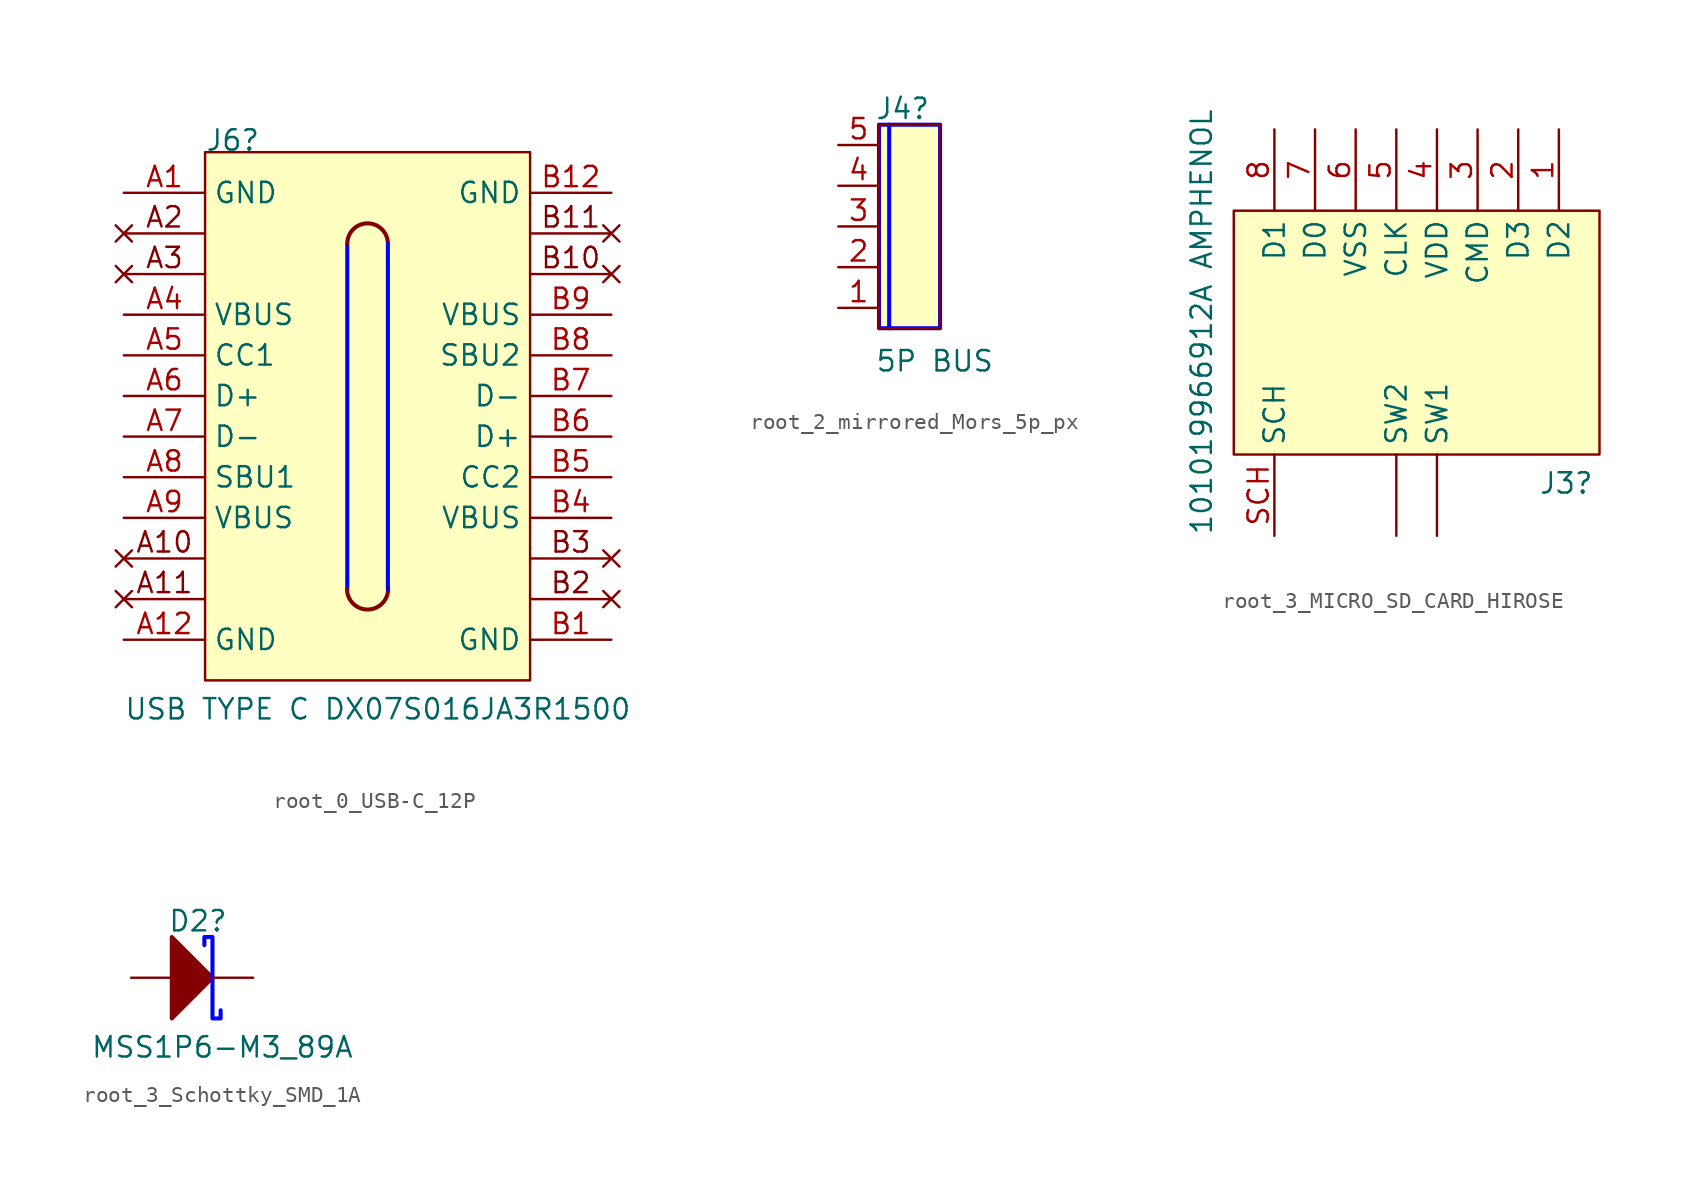
<source format=kicad_sym>
(kicad_symbol_lib
  (version 20220914)
  (generator kicad_symbol_editor)
  (symbol "root_0_USB-C_12P"
    (property "Reference" "J6"
      (at 0 0 0)
      (effects (font (size 1.27 1.27)) (justify left bottom)))
    (property "Value" "USB TYPE C DX07S016JA3R1500"
      (at -5.08 -35.56 0)
      (effects (font (size 1.27 1.27)) (justify left bottom)))
    (symbol "root_0_USB-C_12P_1_0"
      (polyline (pts (xy 8.89 -27.305) (xy 8.89 -5.715)) (stroke (width 0.254) (type solid) (color 0 0 255 1)) (fill (type none)))
      (polyline (pts (xy 11.43 -5.715) (xy 11.43 -27.305)) (stroke (width 0.254) (type solid) (color 0 0 255 1)) (fill (type none)))
      (rectangle (start 0 0) (end 20.32 -33.02) (stroke (width 0) (type solid)) (fill (type background)))
      (arc (start 8.874 -27.3126) (mid 10.1474 -28.591) (end 11.4456 -27.3378) (stroke (width 0.254) (type solid)) (fill (type none)))
      (arc (start 11.4285 -5.6785) (mid 10.1517 -4.446) (end 8.8912 -5.6951) (stroke (width 0.254) (type solid)) (fill (type none)))
      (pin passive line (at -5.08 -2.54 0) (length 5.08) (name "GND" (effects (font (size 1.27 1.27)))) (number "A1" (effects (font (size 1.27 1.27)))))
      (pin passive line (at -5.08 -30.48 0) (length 5.08) (name "GND" (effects (font (size 1.27 1.27)))) (number "A12" (effects (font (size 1.27 1.27)))))
      (pin passive line (at -5.08 -10.16 0) (length 5.08) (name "VBUS" (effects (font (size 1.27 1.27)))) (number "A4" (effects (font (size 1.27 1.27)))))
      (pin passive line (at -5.08 -12.7 0) (length 5.08) (name "CC1" (effects (font (size 1.27 1.27)))) (number "A5" (effects (font (size 1.27 1.27)))))
      (pin passive line (at -5.08 -15.24 0) (length 5.08) (name "D+" (effects (font (size 1.27 1.27)))) (number "A6" (effects (font (size 1.27 1.27)))))
      (pin passive line (at -5.08 -17.78 0) (length 5.08) (name "D-" (effects (font (size 1.27 1.27)))) (number "A7" (effects (font (size 1.27 1.27)))))
      (pin passive line (at -5.08 -20.32 0) (length 5.08) (name "SBU1" (effects (font (size 1.27 1.27)))) (number "A8" (effects (font (size 1.27 1.27)))))
      (pin passive line (at -5.08 -22.86 0) (length 5.08) (name "VBUS" (effects (font (size 1.27 1.27)))) (number "A9" (effects (font (size 1.27 1.27)))))
      (pin passive line (at 25.4 -30.48 180) (length 5.08) (name "GND" (effects (font (size 1.27 1.27)))) (number "B1" (effects (font (size 1.27 1.27)))))
      (pin passive line (at 25.4 -2.54 180) (length 5.08) (name "GND" (effects (font (size 1.27 1.27)))) (number "B12" (effects (font (size 1.27 1.27)))))
      (pin passive line (at 25.4 -22.86 180) (length 5.08) (name "VBUS" (effects (font (size 1.27 1.27)))) (number "B4" (effects (font (size 1.27 1.27)))))
      (pin passive line (at 25.4 -20.32 180) (length 5.08) (name "CC2" (effects (font (size 1.27 1.27)))) (number "B5" (effects (font (size 1.27 1.27)))))
      (pin passive line (at 25.4 -17.78 180) (length 5.08) (name "D+" (effects (font (size 1.27 1.27)))) (number "B6" (effects (font (size 1.27 1.27)))))
      (pin passive line (at 25.4 -15.24 180) (length 5.08) (name "D-" (effects (font (size 1.27 1.27)))) (number "B7" (effects (font (size 1.27 1.27)))))
      (pin passive line (at 25.4 -12.7 180) (length 5.08) (name "SBU2" (effects (font (size 1.27 1.27)))) (number "B8" (effects (font (size 1.27 1.27)))))
      (pin passive line (at 25.4 -10.16 180) (length 5.08) (name "VBUS" (effects (font (size 1.27 1.27)))) (number "B9" (effects (font (size 1.27 1.27))))))
    (symbol "root_0_USB-C_12P_1_1"
      (polyline (pts (xy -5.588 -27.432) (xy -4.572 -28.448)) (stroke (width 0) (type default)) (fill (type none)))
      (polyline (pts (xy -5.588 -24.892) (xy -4.572 -25.908)) (stroke (width 0) (type default)) (fill (type none)))
      (polyline (pts (xy -5.588 -7.112) (xy -4.572 -8.128)) (stroke (width 0) (type default)) (fill (type none)))
      (polyline (pts (xy -5.588 -4.572) (xy -4.572 -5.588)) (stroke (width 0) (type default)) (fill (type none)))
      (polyline (pts (xy -4.572 -27.432) (xy -5.588 -28.448)) (stroke (width 0) (type default)) (fill (type none)))
      (polyline (pts (xy -4.572 -24.892) (xy -5.588 -25.908)) (stroke (width 0) (type default)) (fill (type none)))
      (polyline (pts (xy -4.572 -7.112) (xy -5.588 -8.128)) (stroke (width 0) (type default)) (fill (type none)))
      (polyline (pts (xy -4.572 -4.572) (xy -5.588 -5.588)) (stroke (width 0) (type default)) (fill (type none)))
      (polyline (pts (xy 0 -27.94) (xy -5.08 -27.94)) (stroke (width 0) (type default)) (fill (type none)))
      (polyline (pts (xy 0 -25.4) (xy -5.08 -25.4)) (stroke (width 0) (type default)) (fill (type none)))
      (polyline (pts (xy 0 -7.62) (xy -5.08 -7.62)) (stroke (width 0) (type default)) (fill (type none)))
      (polyline (pts (xy 0 -5.08) (xy -5.08 -5.08)) (stroke (width 0) (type default)) (fill (type none)))
      (polyline (pts (xy 20.32 -27.94) (xy 25.4 -27.94)) (stroke (width 0) (type default)) (fill (type none)))
      (polyline (pts (xy 20.32 -25.4) (xy 25.4 -25.4)) (stroke (width 0) (type default)) (fill (type none)))
      (polyline (pts (xy 20.32 -7.62) (xy 25.4 -7.62)) (stroke (width 0) (type default)) (fill (type none)))
      (polyline (pts (xy 20.32 -5.08) (xy 25.4 -5.08)) (stroke (width 0) (type default)) (fill (type none)))
      (polyline (pts (xy 24.892 -27.432) (xy 25.908 -28.448)) (stroke (width 0) (type default)) (fill (type none)))
      (polyline (pts (xy 24.892 -24.892) (xy 25.908 -25.908)) (stroke (width 0) (type default)) (fill (type none)))
      (polyline (pts (xy 24.892 -7.112) (xy 25.908 -8.128)) (stroke (width 0) (type default)) (fill (type none)))
      (polyline (pts (xy 24.892 -4.572) (xy 25.908 -5.588)) (stroke (width 0) (type default)) (fill (type none)))
      (polyline (pts (xy 25.908 -27.432) (xy 24.892 -28.448)) (stroke (width 0) (type default)) (fill (type none)))
      (polyline (pts (xy 25.908 -24.892) (xy 24.892 -25.908)) (stroke (width 0) (type default)) (fill (type none)))
      (polyline (pts (xy 25.908 -7.112) (xy 24.892 -8.128)) (stroke (width 0) (type default)) (fill (type none)))
      (polyline (pts (xy 25.908 -4.572) (xy 24.892 -5.588)) (stroke (width 0) (type default)) (fill (type none)))
      (text "A10" (at -2.54 -24.384 0) (effects (font (size 1.27 1.27))))
      (text "A11" (at -2.54 -26.924 0) (effects (font (size 1.27 1.27))))
      (text "A2" (at -2.54 -4.064 0) (effects (font (size 1.27 1.27))))
      (text "A3" (at -2.54 -6.604 0) (effects (font (size 1.27 1.27))))
      (text "B10" (at 22.86 -6.604 0) (effects (font (size 1.27 1.27))))
      (text "B11" (at 22.86 -4.064 0) (effects (font (size 1.27 1.27))))
      (text "B2" (at 22.86 -26.924 0) (effects (font (size 1.27 1.27))))
      (text "B3" (at 22.86 -24.384 0) (effects (font (size 1.27 1.27))))))
  (symbol "root_2_mirrored_Mors_5p_px"
    (property "Reference" "J4"
      (at -0.254 12.954 0)
      (effects (font (size 1.27 1.27)) (justify left bottom)))
    (property "Value" "5P BUS"
      (at -0.254 -2.794 0)
      (effects (font (size 1.27 1.27)) (justify left bottom)))
    (symbol "root_2_mirrored_Mors_5p_px_1_0"
      (polyline (pts (xy 0.635 0) (xy 0.635 12.7)) (stroke (width 0.254) (type solid) (color 0 0 255 1)) (fill (type none)))
      (polyline (pts (xy 0 12.7) (xy 0 0) (xy 3.81 0) (xy 3.81 12.7) (xy 0 12.7)) (stroke (width 0.254) (type solid) (color 0 0 255 1)) (fill (type none)))
      (rectangle (start 3.81 12.7) (end 0 0) (stroke (width 0) (type solid)) (fill (type background)))
      (pin passive line (at -2.54 1.27 0) (length 2.54) (name "1" (effects (font (size 0 0)))) (number "1" (effects (font (size 1.27 1.27)))))
      (pin passive line (at -2.54 3.81 0) (length 2.54) (name "2" (effects (font (size 0 0)))) (number "2" (effects (font (size 1.27 1.27)))))
      (pin passive line (at -2.54 6.35 0) (length 2.54) (name "3" (effects (font (size 0 0)))) (number "3" (effects (font (size 1.27 1.27)))))
      (pin passive line (at -2.54 8.89 0) (length 2.54) (name "4" (effects (font (size 0 0)))) (number "4" (effects (font (size 1.27 1.27)))))
      (pin passive line (at -2.54 11.43 0) (length 2.54) (name "5" (effects (font (size 0 0)))) (number "5" (effects (font (size 1.27 1.27)))))))
  (symbol "root_3_MICRO_SD_CARD_HIROSE"
    (property "Reference" "J3"
      (at -3.81 -17.78 0)
      (effects (font (size 1.27 1.27)) (justify left bottom)))
    (property "Value" "101019966912A AMPHENOL"
      (at -24.13 -20.32 90)
      (effects (font (size 1.27 1.27)) (justify left bottom)))
    (symbol "root_3_MICRO_SD_CARD_HIROSE_1_0"
      (rectangle (start 0 0) (end -22.86 -15.24) (stroke (width 0) (type solid)) (fill (type background)))
      (pin passive line (at -2.54 5.08 270) (length 5.08) (name "D2" (effects (font (size 1.27 1.27)))) (number "1" (effects (font (size 1.27 1.27)))))
      (pin passive line (at -5.08 5.08 270) (length 5.08) (name "D3" (effects (font (size 1.27 1.27)))) (number "2" (effects (font (size 1.27 1.27)))))
      (pin passive line (at -7.62 5.08 270) (length 5.08) (name "CMD" (effects (font (size 1.27 1.27)))) (number "3" (effects (font (size 1.27 1.27)))))
      (pin passive line (at -10.16 5.08 270) (length 5.08) (name "VDD" (effects (font (size 1.27 1.27)))) (number "4" (effects (font (size 1.27 1.27)))))
      (pin passive line (at -12.7 5.08 270) (length 5.08) (name "CLK" (effects (font (size 1.27 1.27)))) (number "5" (effects (font (size 1.27 1.27)))))
      (pin passive line (at -15.24 5.08 270) (length 5.08) (name "VSS" (effects (font (size 1.27 1.27)))) (number "6" (effects (font (size 1.27 1.27)))))
      (pin passive line (at -17.78 5.08 270) (length 5.08) (name "D0" (effects (font (size 1.27 1.27)))) (number "7" (effects (font (size 1.27 1.27)))))
      (pin passive line (at -20.32 5.08 270) (length 5.08) (name "D1" (effects (font (size 1.27 1.27)))) (number "8" (effects (font (size 1.27 1.27)))))
      (pin passive line (at -10.16 -20.32 90) (length 5.08) (name "SW1" (effects (font (size 1.27 1.27)))) (number "CD1" (effects (font (size 0 0)))))
      (pin passive line (at -12.7 -20.32 90) (length 5.08) (name "SW2" (effects (font (size 1.27 1.27)))) (number "CD2" (effects (font (size 0 0)))))
      (pin passive line (at -20.32 -20.32 90) (length 5.08) (name "SCH" (effects (font (size 1.27 1.27)))) (number "SCH" (effects (font (size 1.27 1.27)))))))
  (symbol "root_3_Schottky_SMD_1A"
    (property "Reference" "D2"
      (at -2.794 2.794 0)
      (effects (font (size 1.27 1.27)) (justify left bottom)))
    (property "Value" "MSS1P6-M3_89A"
      (at -7.62 -5.08 0)
      (effects (font (size 1.27 1.27)) (justify left bottom)))
    (symbol "root_3_Schottky_SMD_1A_1_0"
      (polyline (pts (xy -2.54 -2.54) (xy 0 0) (xy -2.54 2.54) (xy -2.54 -2.54)) (stroke (width 0.254) (type solid)) (fill (type outline)))
      (polyline (pts (xy 0.508 -2.032) (xy 0.508 -2.54) (xy 0 -2.54) (xy 0 2.54) (xy -0.508 2.54) (xy -0.508 2.032)) (stroke (width 0.254) (type solid) (color 0 0 255 1)) (fill (type none)))
      (pin passive line (at 2.54 0 180) (length 2.54) (name "K" (effects (font (size 0 0)))) (number "1" (effects (font (size 0 0)))))
      (pin passive line (at -5.08 0 0) (length 2.54) (name "A" (effects (font (size 0 0)))) (number "2" (effects (font (size 0 0))))))))
</source>
